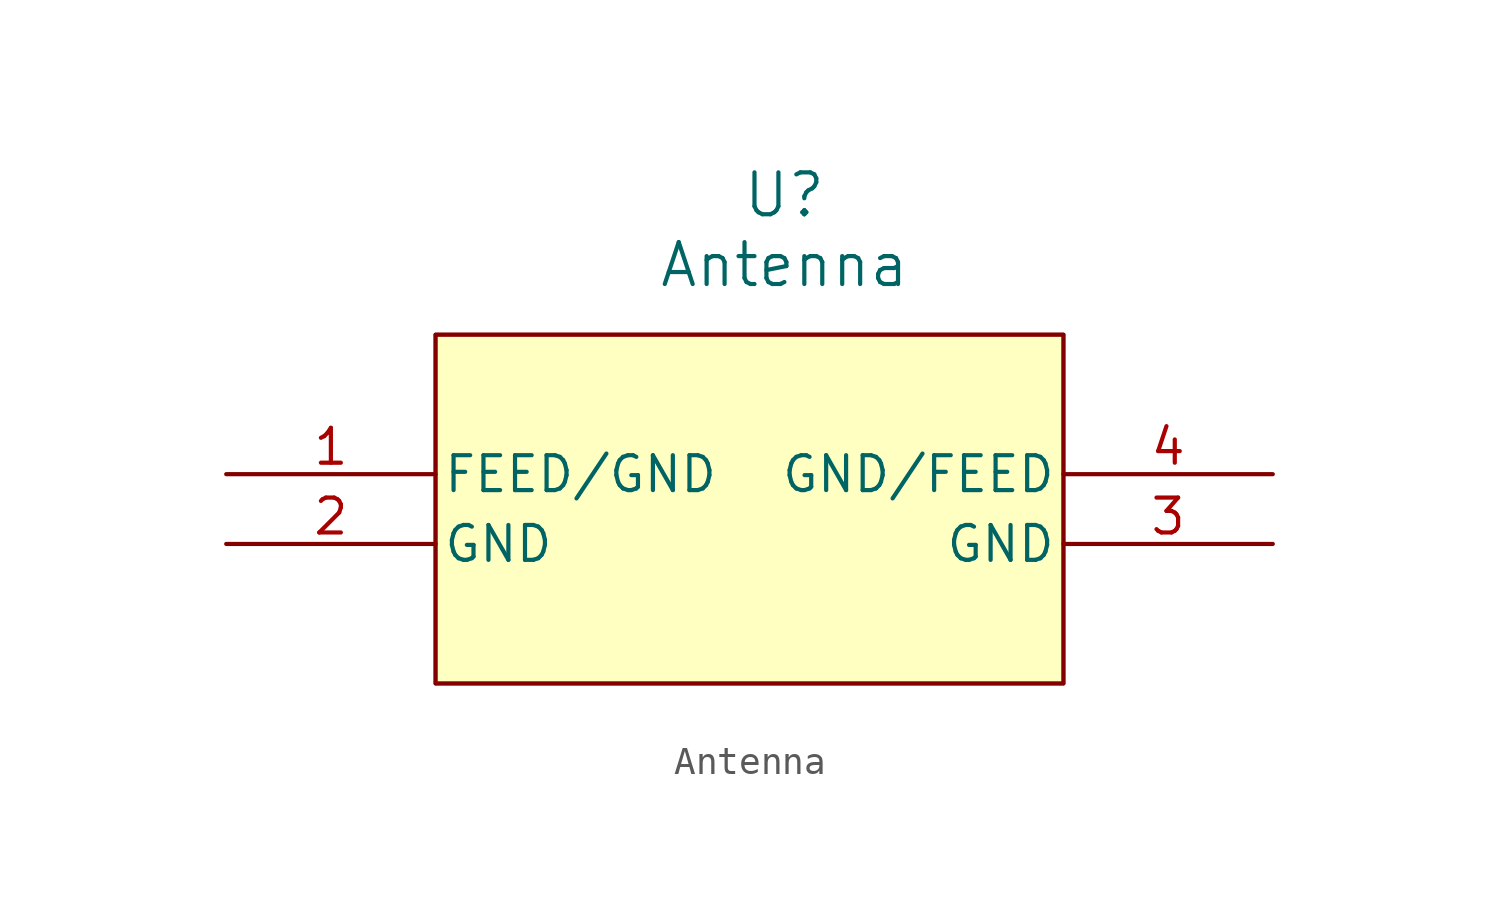
<source format=kicad_sym>
(kicad_symbol_lib
  (version 20220914)
  (generator kicad_symbol_editor)
  (symbol "Antenna"
    (pin_names
      (offset 0.254))
    (property "Reference" "U"
      (at 20.32 10.16 0)
      (effects (font (size 1.524 1.524))))
    (property "Value" "Antenna"
      (at 20.32 7.62 0)
      (effects (font (size 1.524 1.524))))
    (property "ki_locked" ""
      (at 0 0 0)
      (effects (font (size 1.27 1.27))))
    (symbol "Antenna_0_1"
      (polyline (pts (xy 7.62 -7.62) (xy 30.48 -7.62)) (stroke (width 0.127) (type default)) (fill (type none)))
      (polyline (pts (xy 7.62 5.08) (xy 7.62 -7.62)) (stroke (width 0.127) (type default)) (fill (type none)))
      (polyline (pts (xy 30.48 -7.62) (xy 30.48 5.08)) (stroke (width 0.127) (type default)) (fill (type none)))
      (polyline (pts (xy 30.48 5.08) (xy 7.62 5.08)) (stroke (width 0.127) (type default)) (fill (type none)))
      (pin unspecified line (at 0 0 0) (length 7.62) (name "FEED/GND" (effects (font (size 1.27 1.27)))) (number "1" (effects (font (size 1.27 1.27)))))
      (pin power_out line (at 0 -2.54 0) (length 7.62) (name "GND" (effects (font (size 1.27 1.27)))) (number "2" (effects (font (size 1.27 1.27)))))
      (pin power_out line (at 38.1 -2.54 180) (length 7.62) (name "GND" (effects (font (size 1.27 1.27)))) (number "3" (effects (font (size 1.27 1.27)))))
      (pin unspecified line (at 38.1 0 180) (length 7.62) (name "GND/FEED" (effects (font (size 1.27 1.27)))) (number "4" (effects (font (size 1.27 1.27))))))
    (symbol "Antenna_1_1"
      (rectangle (start 7.62 5.08) (end 30.48 -7.62) (stroke (width 0) (type default)) (fill (type background))))))
</source>
